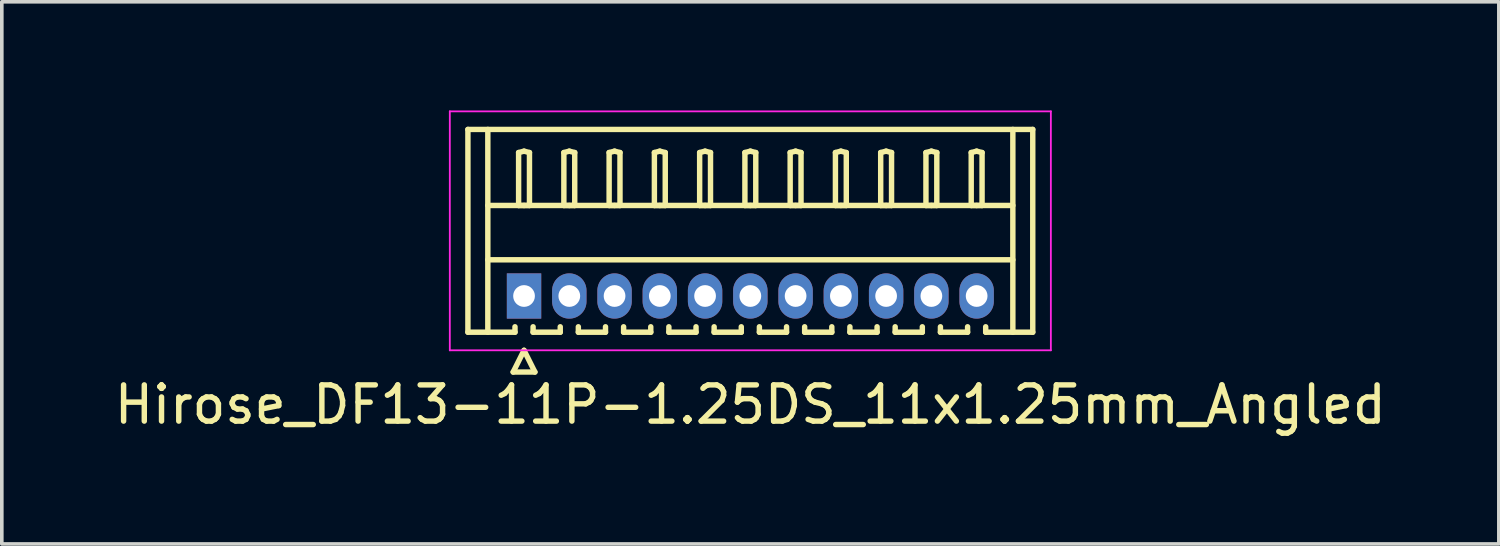
<source format=kicad_pcb>
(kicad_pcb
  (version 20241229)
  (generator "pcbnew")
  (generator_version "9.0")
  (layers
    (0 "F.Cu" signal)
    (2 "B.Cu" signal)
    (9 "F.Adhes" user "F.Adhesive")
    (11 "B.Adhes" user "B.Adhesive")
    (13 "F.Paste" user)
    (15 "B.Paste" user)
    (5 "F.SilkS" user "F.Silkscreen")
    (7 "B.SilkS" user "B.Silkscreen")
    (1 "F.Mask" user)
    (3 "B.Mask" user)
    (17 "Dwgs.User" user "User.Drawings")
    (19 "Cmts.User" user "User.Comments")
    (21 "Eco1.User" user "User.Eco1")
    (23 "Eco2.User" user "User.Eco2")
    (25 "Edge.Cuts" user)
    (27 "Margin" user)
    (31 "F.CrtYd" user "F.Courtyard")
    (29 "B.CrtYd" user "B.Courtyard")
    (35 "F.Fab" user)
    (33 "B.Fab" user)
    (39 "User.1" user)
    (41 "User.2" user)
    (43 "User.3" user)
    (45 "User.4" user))
  (footprint "Hirose_DF13-11P-1.25DS_11x1.25mm_Angled"
    (layer "F.Cu")
    (at 11.423 5.125)
    (property "Reference" "Hirose_DF13-11P-1.25DS_11x1.25mm_Angled" (at 6.25 3 0) (layer "F.SilkS") (effects (font (size 1 1) (thickness 0.15))))
    (attr through_hole)
    (fp_line (start -1.55 -4.6) (end 14.05 -4.6) (stroke (width 0.15) (type solid)) (layer "F.SilkS"))
    (fp_line (start -1.55 1) (end -1.55 -4.6) (stroke (width 0.15) (type solid)) (layer "F.SilkS"))
    (fp_line (start -1 -4.6) (end -1 1) (stroke (width 0.15) (type solid)) (layer "F.SilkS"))
    (fp_line (start -1 -2.5) (end 13.5 -2.5) (stroke (width 0.15) (type solid)) (layer "F.SilkS"))
    (fp_line (start -1 -1) (end 13.5 -1) (stroke (width 0.15) (type solid)) (layer "F.SilkS"))
    (fp_line (start -0.3 2.1) (end 0.3 2.1) (stroke (width 0.15) (type solid)) (layer "F.SilkS"))
    (fp_line (start -0.25 0.85) (end -0.25 1) (stroke (width 0.15) (type solid)) (layer "F.SilkS"))
    (fp_line (start -0.25 1) (end -1.55 1) (stroke (width 0.15) (type solid)) (layer "F.SilkS"))
    (fp_line (start -0.15 -3.962) (end 0 -4) (stroke (width 0.15) (type solid)) (layer "F.SilkS"))
    (fp_line (start -0.15 -2.5) (end -0.15 -3.962) (stroke (width 0.15) (type solid)) (layer "F.SilkS"))
    (fp_line (start 0 -4) (end 0.15 -3.962) (stroke (width 0.15) (type solid)) (layer "F.SilkS"))
    (fp_line (start 0 -2.5) (end -0.15 -2.5) (stroke (width 0.15) (type solid)) (layer "F.SilkS"))
    (fp_line (start 0 1.5) (end -0.3 2.1) (stroke (width 0.15) (type solid)) (layer "F.SilkS"))
    (fp_line (start 0.15 -3.962) (end 0.15 -2.5) (stroke (width 0.15) (type solid)) (layer "F.SilkS"))
    (fp_line (start 0.15 -2.5) (end 0 -2.5) (stroke (width 0.15) (type solid)) (layer "F.SilkS"))
    (fp_line (start 0.25 0.85) (end 0.25 1) (stroke (width 0.15) (type solid)) (layer "F.SilkS"))
    (fp_line (start 0.25 1) (end 1 1) (stroke (width 0.15) (type solid)) (layer "F.SilkS"))
    (fp_line (start 0.3 2.1) (end 0 1.5) (stroke (width 0.15) (type solid)) (layer "F.SilkS"))
    (fp_line (start 1 1) (end 1 0.85) (stroke (width 0.15) (type solid)) (layer "F.SilkS"))
    (fp_line (start 1.1 -3.962) (end 1.25 -4) (stroke (width 0.15) (type solid)) (layer "F.SilkS"))
    (fp_line (start 1.1 -2.5) (end 1.1 -3.962) (stroke (width 0.15) (type solid)) (layer "F.SilkS"))
    (fp_line (start 1.25 -4) (end 1.4 -3.962) (stroke (width 0.15) (type solid)) (layer "F.SilkS"))
    (fp_line (start 1.25 -2.5) (end 1.1 -2.5) (stroke (width 0.15) (type solid)) (layer "F.SilkS"))
    (fp_line (start 1.4 -3.962) (end 1.4 -2.5) (stroke (width 0.15) (type solid)) (layer "F.SilkS"))
    (fp_line (start 1.4 -2.5) (end 1.25 -2.5) (stroke (width 0.15) (type solid)) (layer "F.SilkS"))
    (fp_line (start 1.5 0.85) (end 1.5 1) (stroke (width 0.15) (type solid)) (layer "F.SilkS"))
    (fp_line (start 1.5 1) (end 2.25 1) (stroke (width 0.15) (type solid)) (layer "F.SilkS"))
    (fp_line (start 2.25 1) (end 2.25 0.85) (stroke (width 0.15) (type solid)) (layer "F.SilkS"))
    (fp_line (start 2.35 -3.962) (end 2.5 -4) (stroke (width 0.15) (type solid)) (layer "F.SilkS"))
    (fp_line (start 2.35 -2.5) (end 2.35 -3.962) (stroke (width 0.15) (type solid)) (layer "F.SilkS"))
    (fp_line (start 2.5 -4) (end 2.65 -3.962) (stroke (width 0.15) (type solid)) (layer "F.SilkS"))
    (fp_line (start 2.5 -2.5) (end 2.35 -2.5) (stroke (width 0.15) (type solid)) (layer "F.SilkS"))
    (fp_line (start 2.65 -3.962) (end 2.65 -2.5) (stroke (width 0.15) (type solid)) (layer "F.SilkS"))
    (fp_line (start 2.65 -2.5) (end 2.5 -2.5) (stroke (width 0.15) (type solid)) (layer "F.SilkS"))
    (fp_line (start 2.75 0.85) (end 2.75 1) (stroke (width 0.15) (type solid)) (layer "F.SilkS"))
    (fp_line (start 2.75 1) (end 3.5 1) (stroke (width 0.15) (type solid)) (layer "F.SilkS"))
    (fp_line (start 3.5 1) (end 3.5 0.85) (stroke (width 0.15) (type solid)) (layer "F.SilkS"))
    (fp_line (start 3.6 -3.962) (end 3.75 -4) (stroke (width 0.15) (type solid)) (layer "F.SilkS"))
    (fp_line (start 3.6 -2.5) (end 3.6 -3.962) (stroke (width 0.15) (type solid)) (layer "F.SilkS"))
    (fp_line (start 3.75 -4) (end 3.9 -3.962) (stroke (width 0.15) (type solid)) (layer "F.SilkS"))
    (fp_line (start 3.75 -2.5) (end 3.6 -2.5) (stroke (width 0.15) (type solid)) (layer "F.SilkS"))
    (fp_line (start 3.9 -3.962) (end 3.9 -2.5) (stroke (width 0.15) (type solid)) (layer "F.SilkS"))
    (fp_line (start 3.9 -2.5) (end 3.75 -2.5) (stroke (width 0.15) (type solid)) (layer "F.SilkS"))
    (fp_line (start 4 0.85) (end 4 1) (stroke (width 0.15) (type solid)) (layer "F.SilkS"))
    (fp_line (start 4 1) (end 4.75 1) (stroke (width 0.15) (type solid)) (layer "F.SilkS"))
    (fp_line (start 4.75 1) (end 4.75 0.85) (stroke (width 0.15) (type solid)) (layer "F.SilkS"))
    (fp_line (start 4.85 -3.962) (end 5 -4) (stroke (width 0.15) (type solid)) (layer "F.SilkS"))
    (fp_line (start 4.85 -2.5) (end 4.85 -3.962) (stroke (width 0.15) (type solid)) (layer "F.SilkS"))
    (fp_line (start 5 -4) (end 5.15 -3.962) (stroke (width 0.15) (type solid)) (layer "F.SilkS"))
    (fp_line (start 5 -2.5) (end 4.85 -2.5) (stroke (width 0.15) (type solid)) (layer "F.SilkS"))
    (fp_line (start 5.15 -3.962) (end 5.15 -2.5) (stroke (width 0.15) (type solid)) (layer "F.SilkS"))
    (fp_line (start 5.15 -2.5) (end 5 -2.5) (stroke (width 0.15) (type solid)) (layer "F.SilkS"))
    (fp_line (start 5.25 0.85) (end 5.25 1) (stroke (width 0.15) (type solid)) (layer "F.SilkS"))
    (fp_line (start 5.25 1) (end 6 1) (stroke (width 0.15) (type solid)) (layer "F.SilkS"))
    (fp_line (start 6 1) (end 6 0.85) (stroke (width 0.15) (type solid)) (layer "F.SilkS"))
    (fp_line (start 6.1 -3.962) (end 6.25 -4) (stroke (width 0.15) (type solid)) (layer "F.SilkS"))
    (fp_line (start 6.1 -2.5) (end 6.1 -3.962) (stroke (width 0.15) (type solid)) (layer "F.SilkS"))
    (fp_line (start 6.25 -4) (end 6.4 -3.962) (stroke (width 0.15) (type solid)) (layer "F.SilkS"))
    (fp_line (start 6.25 -2.5) (end 6.1 -2.5) (stroke (width 0.15) (type solid)) (layer "F.SilkS"))
    (fp_line (start 6.4 -3.962) (end 6.4 -2.5) (stroke (width 0.15) (type solid)) (layer "F.SilkS"))
    (fp_line (start 6.4 -2.5) (end 6.25 -2.5) (stroke (width 0.15) (type solid)) (layer "F.SilkS"))
    (fp_line (start 6.5 0.85) (end 6.5 1) (stroke (width 0.15) (type solid)) (layer "F.SilkS"))
    (fp_line (start 6.5 1) (end 7.25 1) (stroke (width 0.15) (type solid)) (layer "F.SilkS"))
    (fp_line (start 7.25 1) (end 7.25 0.85) (stroke (width 0.15) (type solid)) (layer "F.SilkS"))
    (fp_line (start 7.35 -3.962) (end 7.5 -4) (stroke (width 0.15) (type solid)) (layer "F.SilkS"))
    (fp_line (start 7.35 -2.5) (end 7.35 -3.962) (stroke (width 0.15) (type solid)) (layer "F.SilkS"))
    (fp_line (start 7.5 -4) (end 7.65 -3.962) (stroke (width 0.15) (type solid)) (layer "F.SilkS"))
    (fp_line (start 7.5 -2.5) (end 7.35 -2.5) (stroke (width 0.15) (type solid)) (layer "F.SilkS"))
    (fp_line (start 7.65 -3.962) (end 7.65 -2.5) (stroke (width 0.15) (type solid)) (layer "F.SilkS"))
    (fp_line (start 7.65 -2.5) (end 7.5 -2.5) (stroke (width 0.15) (type solid)) (layer "F.SilkS"))
    (fp_line (start 7.75 0.85) (end 7.75 1) (stroke (width 0.15) (type solid)) (layer "F.SilkS"))
    (fp_line (start 7.75 1) (end 8.5 1) (stroke (width 0.15) (type solid)) (layer "F.SilkS"))
    (fp_line (start 8.5 1) (end 8.5 0.85) (stroke (width 0.15) (type solid)) (layer "F.SilkS"))
    (fp_line (start 8.6 -3.962) (end 8.75 -4) (stroke (width 0.15) (type solid)) (layer "F.SilkS"))
    (fp_line (start 8.6 -2.5) (end 8.6 -3.962) (stroke (width 0.15) (type solid)) (layer "F.SilkS"))
    (fp_line (start 8.75 -4) (end 8.9 -3.962) (stroke (width 0.15) (type solid)) (layer "F.SilkS"))
    (fp_line (start 8.75 -2.5) (end 8.6 -2.5) (stroke (width 0.15) (type solid)) (layer "F.SilkS"))
    (fp_line (start 8.9 -3.962) (end 8.9 -2.5) (stroke (width 0.15) (type solid)) (layer "F.SilkS"))
    (fp_line (start 8.9 -2.5) (end 8.75 -2.5) (stroke (width 0.15) (type solid)) (layer "F.SilkS"))
    (fp_line (start 9 0.85) (end 9 1) (stroke (width 0.15) (type solid)) (layer "F.SilkS"))
    (fp_line (start 9 1) (end 9.75 1) (stroke (width 0.15) (type solid)) (layer "F.SilkS"))
    (fp_line (start 9.75 1) (end 9.75 0.85) (stroke (width 0.15) (type solid)) (layer "F.SilkS"))
    (fp_line (start 9.85 -3.962) (end 10 -4) (stroke (width 0.15) (type solid)) (layer "F.SilkS"))
    (fp_line (start 9.85 -2.5) (end 9.85 -3.962) (stroke (width 0.15) (type solid)) (layer "F.SilkS"))
    (fp_line (start 10 -4) (end 10.15 -3.962) (stroke (width 0.15) (type solid)) (layer "F.SilkS"))
    (fp_line (start 10 -2.5) (end 9.85 -2.5) (stroke (width 0.15) (type solid)) (layer "F.SilkS"))
    (fp_line (start 10.15 -3.962) (end 10.15 -2.5) (stroke (width 0.15) (type solid)) (layer "F.SilkS"))
    (fp_line (start 10.15 -2.5) (end 10 -2.5) (stroke (width 0.15) (type solid)) (layer "F.SilkS"))
    (fp_line (start 10.25 0.85) (end 10.25 1) (stroke (width 0.15) (type solid)) (layer "F.SilkS"))
    (fp_line (start 10.25 1) (end 11 1) (stroke (width 0.15) (type solid)) (layer "F.SilkS"))
    (fp_line (start 11 1) (end 11 0.85) (stroke (width 0.15) (type solid)) (layer "F.SilkS"))
    (fp_line (start 11.1 -3.962) (end 11.25 -4) (stroke (width 0.15) (type solid)) (layer "F.SilkS"))
    (fp_line (start 11.1 -2.5) (end 11.1 -3.962) (stroke (width 0.15) (type solid)) (layer "F.SilkS"))
    (fp_line (start 11.25 -4) (end 11.4 -3.962) (stroke (width 0.15) (type solid)) (layer "F.SilkS"))
    (fp_line (start 11.25 -2.5) (end 11.1 -2.5) (stroke (width 0.15) (type solid)) (layer "F.SilkS"))
    (fp_line (start 11.4 -3.962) (end 11.4 -2.5) (stroke (width 0.15) (type solid)) (layer "F.SilkS"))
    (fp_line (start 11.4 -2.5) (end 11.25 -2.5) (stroke (width 0.15) (type solid)) (layer "F.SilkS"))
    (fp_line (start 11.5 0.85) (end 11.5 1) (stroke (width 0.15) (type solid)) (layer "F.SilkS"))
    (fp_line (start 11.5 1) (end 12.25 1) (stroke (width 0.15) (type solid)) (layer "F.SilkS"))
    (fp_line (start 12.25 1) (end 12.25 0.85) (stroke (width 0.15) (type solid)) (layer "F.SilkS"))
    (fp_line (start 12.35 -3.962) (end 12.5 -4) (stroke (width 0.15) (type solid)) (layer "F.SilkS"))
    (fp_line (start 12.35 -2.5) (end 12.35 -3.962) (stroke (width 0.15) (type solid)) (layer "F.SilkS"))
    (fp_line (start 12.5 -4) (end 12.65 -3.962) (stroke (width 0.15) (type solid)) (layer "F.SilkS"))
    (fp_line (start 12.5 -2.5) (end 12.35 -2.5) (stroke (width 0.15) (type solid)) (layer "F.SilkS"))
    (fp_line (start 12.65 -3.962) (end 12.65 -2.5) (stroke (width 0.15) (type solid)) (layer "F.SilkS"))
    (fp_line (start 12.65 -2.5) (end 12.5 -2.5) (stroke (width 0.15) (type solid)) (layer "F.SilkS"))
    (fp_line (start 12.75 1) (end 12.75 0.85) (stroke (width 0.15) (type solid)) (layer "F.SilkS"))
    (fp_line (start 13.5 -4.6) (end 13.5 1) (stroke (width 0.15) (type solid)) (layer "F.SilkS"))
    (fp_line (start 14.05 -4.6) (end 14.05 1) (stroke (width 0.15) (type solid)) (layer "F.SilkS"))
    (fp_line (start 14.05 1) (end 12.75 1) (stroke (width 0.15) (type solid)) (layer "F.SilkS"))
    (fp_line (start -2.05 -5.1) (end -2.05 1.5) (stroke (width 0.05) (type solid)) (layer "F.CrtYd"))
    (fp_line (start -2.05 1.5) (end 14.55 1.5) (stroke (width 0.05) (type solid)) (layer "F.CrtYd"))
    (fp_line (start 14.55 -5.1) (end -2.05 -5.1) (stroke (width 0.05) (type solid)) (layer "F.CrtYd"))
    (fp_line (start 14.55 1.5) (end 14.55 -5.1) (stroke (width 0.05) (type solid)) (layer "F.CrtYd"))
    (pad "1" thru_hole rect (at 0 0) (size 0.95 1.25) (drill 0.6) (layers "*.Cu" "*.Mask"))
    (pad "2" thru_hole oval (at 1.25 0) (size 0.95 1.25) (drill 0.6) (layers "*.Cu" "*.Mask"))
    (pad "3" thru_hole oval (at 2.5 0) (size 0.95 1.25) (drill 0.6) (layers "*.Cu" "*.Mask"))
    (pad "4" thru_hole oval (at 3.75 0) (size 0.95 1.25) (drill 0.6) (layers "*.Cu" "*.Mask"))
    (pad "5" thru_hole oval (at 5 0) (size 0.95 1.25) (drill 0.6) (layers "*.Cu" "*.Mask"))
    (pad "6" thru_hole oval (at 6.25 0) (size 0.95 1.25) (drill 0.6) (layers "*.Cu" "*.Mask"))
    (pad "7" thru_hole oval (at 7.5 0) (size 0.95 1.25) (drill 0.6) (layers "*.Cu" "*.Mask"))
    (pad "8" thru_hole oval (at 8.75 0) (size 0.95 1.25) (drill 0.6) (layers "*.Cu" "*.Mask"))
    (pad "9" thru_hole oval (at 10 0) (size 0.95 1.25) (drill 0.6) (layers "*.Cu" "*.Mask"))
    (pad "10" thru_hole oval (at 11.25 0) (size 0.95 1.25) (drill 0.6) (layers "*.Cu" "*.Mask"))
    (pad "11" thru_hole oval (at 12.5 0) (size 0.95 1.25) (drill 0.6) (layers "*.Cu" "*.Mask")))
  (gr_rect
    (start -3 -3)
    (end 38.345 11.973)
    (stroke (width 0.1) (type default))
    (fill no)
    (layer "Edge.Cuts")))
</source>
